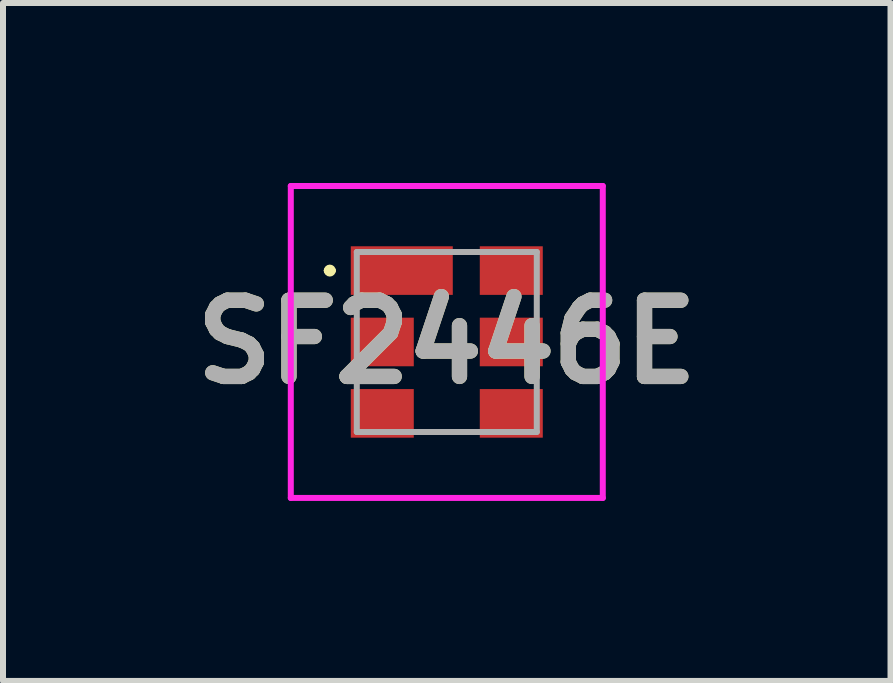
<source format=kicad_pcb>
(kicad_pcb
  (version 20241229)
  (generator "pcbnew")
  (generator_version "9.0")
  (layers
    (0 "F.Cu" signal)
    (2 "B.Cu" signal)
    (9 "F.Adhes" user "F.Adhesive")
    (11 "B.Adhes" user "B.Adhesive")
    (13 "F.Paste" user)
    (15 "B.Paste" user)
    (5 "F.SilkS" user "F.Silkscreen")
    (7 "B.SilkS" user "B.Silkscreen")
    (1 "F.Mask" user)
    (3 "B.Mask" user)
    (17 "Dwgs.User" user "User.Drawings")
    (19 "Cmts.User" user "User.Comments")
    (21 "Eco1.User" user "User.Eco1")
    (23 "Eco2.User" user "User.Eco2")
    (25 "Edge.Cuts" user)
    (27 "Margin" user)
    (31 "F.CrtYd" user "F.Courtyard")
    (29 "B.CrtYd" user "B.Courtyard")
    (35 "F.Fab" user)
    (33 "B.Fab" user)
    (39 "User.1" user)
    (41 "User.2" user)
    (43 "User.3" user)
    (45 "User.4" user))
  (footprint "SF2446E"
    (layer "F.Cu")
    (at 4.397 2.65)
    (property "Reference" "SF2446E" (at 0 0 0) (layer "F.SilkS") (effects (font (size 1.27 1.27) (thickness 0.254))))
    (attr smd)
    (fp_line (start -2 -1.19) (end -2 -1.19) (stroke (width 0.1) (type solid)) (layer "F.SilkS"))
    (fp_line (start -1.9 -1.19) (end -1.9 -1.19) (stroke (width 0.1) (type solid)) (layer "F.SilkS"))
    (fp_arc (start -2 -1.19) (mid -1.95 -1.24) (end -1.9 -1.19) (stroke (width 0.1) (type solid)) (layer "F.SilkS"))
    (fp_arc (start -1.9 -1.19) (mid -1.95 -1.14) (end -2 -1.19) (stroke (width 0.1) (type solid)) (layer "F.SilkS"))
    (fp_line (start -2.6 -2.6) (end 2.6 -2.6) (stroke (width 0.1) (type solid)) (layer "F.CrtYd"))
    (fp_line (start -2.6 2.6) (end -2.6 -2.6) (stroke (width 0.1) (type solid)) (layer "F.CrtYd"))
    (fp_line (start 2.6 -2.6) (end 2.6 2.6) (stroke (width 0.1) (type solid)) (layer "F.CrtYd"))
    (fp_line (start 2.6 2.6) (end -2.6 2.6) (stroke (width 0.1) (type solid)) (layer "F.CrtYd"))
    (fp_line (start -1.5 -1.5) (end -1.5 1.5) (stroke (width 0.1) (type solid)) (layer "F.Fab"))
    (fp_line (start -1.5 1.5) (end 1.5 1.5) (stroke (width 0.1) (type solid)) (layer "F.Fab"))
    (fp_line (start 1.5 -1.5) (end -1.5 -1.5) (stroke (width 0.1) (type solid)) (layer "F.Fab"))
    (fp_line (start 1.5 1.5) (end 1.5 -1.5) (stroke (width 0.1) (type solid)) (layer "F.Fab"))
    (fp_text user "${REFERENCE}" (at 0 0 0) (layer "F.Fab") (effects (font (size 1.27 1.27) (thickness 0.254))))
    (pad "1" smd rect (at -0.75 -1.19 90) (size 0.81 1.7) (layers "F.Cu" "F.Mask" "F.Paste"))
    (pad "2" smd rect (at -1.075 0 90) (size 0.81 1.05) (layers "F.Cu" "F.Mask" "F.Paste"))
    (pad "3" smd rect (at -1.075 1.19 90) (size 0.81 1.05) (layers "F.Cu" "F.Mask" "F.Paste"))
    (pad "4" smd rect (at 1.075 1.19 90) (size 0.81 1.05) (layers "F.Cu" "F.Mask" "F.Paste"))
    (pad "5" smd rect (at 1.075 0 90) (size 0.81 1.05) (layers "F.Cu" "F.Mask" "F.Paste"))
    (pad "6" smd rect (at 1.075 -1.19 90) (size 0.81 1.05) (layers "F.Cu" "F.Mask" "F.Paste")))
  (gr_rect
    (start -3 -3)
    (end 11.793 8.3)
    (stroke (width 0.1) (type default))
    (fill no)
    (layer "Edge.Cuts")))
</source>
